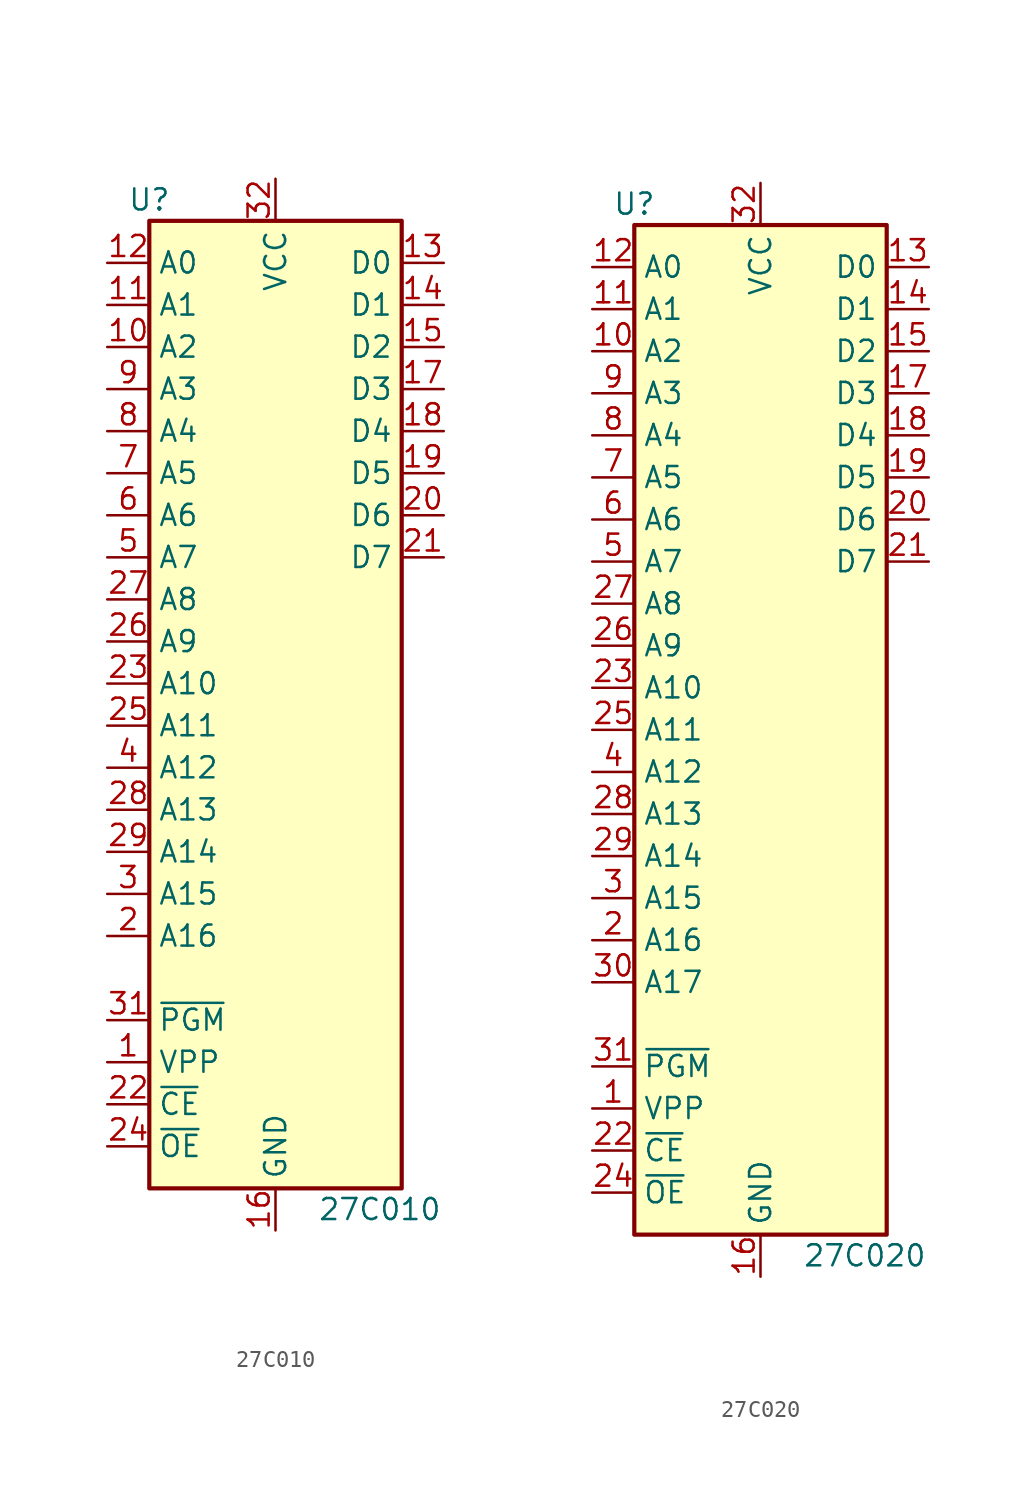
<source format=kicad_sym>
(kicad_symbol_lib
  (version 20241209)
  (generator "kicad_symbol_editor")
  (generator_version "9.0")
  (symbol "27C010"
    (property "Reference" "U"
      (at -7.62 29.21 0)
      (effects (font (size 1.27 1.27))))
    (property "Value" "27C010"
      (at 2.54 -31.75 0)
      (effects (font (size 1.27 1.27)) (justify left)))
    (symbol "27C010_1_1"
      (rectangle (start -7.62 27.94) (end 7.62 -30.48) (stroke (width 0.254) (type default)) (fill (type background)))
      (pin input line (at -10.16 25.4 0) (length 2.54) (name "A0" (effects (font (size 1.27 1.27)))) (number "12" (effects (font (size 1.27 1.27)))))
      (pin input line (at -10.16 22.86 0) (length 2.54) (name "A1" (effects (font (size 1.27 1.27)))) (number "11" (effects (font (size 1.27 1.27)))))
      (pin input line (at -10.16 20.32 0) (length 2.54) (name "A2" (effects (font (size 1.27 1.27)))) (number "10" (effects (font (size 1.27 1.27)))))
      (pin input line (at -10.16 17.78 0) (length 2.54) (name "A3" (effects (font (size 1.27 1.27)))) (number "9" (effects (font (size 1.27 1.27)))))
      (pin input line (at -10.16 15.24 0) (length 2.54) (name "A4" (effects (font (size 1.27 1.27)))) (number "8" (effects (font (size 1.27 1.27)))))
      (pin input line (at -10.16 12.7 0) (length 2.54) (name "A5" (effects (font (size 1.27 1.27)))) (number "7" (effects (font (size 1.27 1.27)))))
      (pin input line (at -10.16 10.16 0) (length 2.54) (name "A6" (effects (font (size 1.27 1.27)))) (number "6" (effects (font (size 1.27 1.27)))))
      (pin input line (at -10.16 7.62 0) (length 2.54) (name "A7" (effects (font (size 1.27 1.27)))) (number "5" (effects (font (size 1.27 1.27)))))
      (pin input line (at -10.16 5.08 0) (length 2.54) (name "A8" (effects (font (size 1.27 1.27)))) (number "27" (effects (font (size 1.27 1.27)))))
      (pin input line (at -10.16 2.54 0) (length 2.54) (name "A9" (effects (font (size 1.27 1.27)))) (number "26" (effects (font (size 1.27 1.27)))))
      (pin input line (at -10.16 0 0) (length 2.54) (name "A10" (effects (font (size 1.27 1.27)))) (number "23" (effects (font (size 1.27 1.27)))))
      (pin input line (at -10.16 -2.54 0) (length 2.54) (name "A11" (effects (font (size 1.27 1.27)))) (number "25" (effects (font (size 1.27 1.27)))))
      (pin input line (at -10.16 -5.08 0) (length 2.54) (name "A12" (effects (font (size 1.27 1.27)))) (number "4" (effects (font (size 1.27 1.27)))))
      (pin input line (at -10.16 -7.62 0) (length 2.54) (name "A13" (effects (font (size 1.27 1.27)))) (number "28" (effects (font (size 1.27 1.27)))))
      (pin input line (at -10.16 -10.16 0) (length 2.54) (name "A14" (effects (font (size 1.27 1.27)))) (number "29" (effects (font (size 1.27 1.27)))))
      (pin input line (at -10.16 -12.7 0) (length 2.54) (name "A15" (effects (font (size 1.27 1.27)))) (number "3" (effects (font (size 1.27 1.27)))))
      (pin input line (at -10.16 -15.24 0) (length 2.54) (name "A16" (effects (font (size 1.27 1.27)))) (number "2" (effects (font (size 1.27 1.27)))))
      (pin input line (at -10.16 -20.32 0) (length 2.54) (name "~{PGM}" (effects (font (size 1.27 1.27)))) (number "31" (effects (font (size 1.27 1.27)))))
      (pin input line (at -10.16 -22.86 0) (length 2.54) (name "VPP" (effects (font (size 1.27 1.27)))) (number "1" (effects (font (size 1.27 1.27)))))
      (pin input line (at -10.16 -25.4 0) (length 2.54) (name "~{CE}" (effects (font (size 1.27 1.27)))) (number "22" (effects (font (size 1.27 1.27)))))
      (pin input line (at -10.16 -27.94 0) (length 2.54) (name "~{OE}" (effects (font (size 1.27 1.27)))) (number "24" (effects (font (size 1.27 1.27)))))
      (pin power_in line (at 0 30.48 270) (length 2.54) (name "VCC" (effects (font (size 1.27 1.27)))) (number "32" (effects (font (size 1.27 1.27)))))
      (pin power_in line (at 0 -33.02 90) (length 2.54) (name "GND" (effects (font (size 1.27 1.27)))) (number "16" (effects (font (size 1.27 1.27)))))
      (pin tri_state line (at 10.16 25.4 180) (length 2.54) (name "D0" (effects (font (size 1.27 1.27)))) (number "13" (effects (font (size 1.27 1.27)))))
      (pin tri_state line (at 10.16 22.86 180) (length 2.54) (name "D1" (effects (font (size 1.27 1.27)))) (number "14" (effects (font (size 1.27 1.27)))))
      (pin tri_state line (at 10.16 20.32 180) (length 2.54) (name "D2" (effects (font (size 1.27 1.27)))) (number "15" (effects (font (size 1.27 1.27)))))
      (pin tri_state line (at 10.16 17.78 180) (length 2.54) (name "D3" (effects (font (size 1.27 1.27)))) (number "17" (effects (font (size 1.27 1.27)))))
      (pin tri_state line (at 10.16 15.24 180) (length 2.54) (name "D4" (effects (font (size 1.27 1.27)))) (number "18" (effects (font (size 1.27 1.27)))))
      (pin tri_state line (at 10.16 12.7 180) (length 2.54) (name "D5" (effects (font (size 1.27 1.27)))) (number "19" (effects (font (size 1.27 1.27)))))
      (pin tri_state line (at 10.16 10.16 180) (length 2.54) (name "D6" (effects (font (size 1.27 1.27)))) (number "20" (effects (font (size 1.27 1.27)))))
      (pin tri_state line (at 10.16 7.62 180) (length 2.54) (name "D7" (effects (font (size 1.27 1.27)))) (number "21" (effects (font (size 1.27 1.27)))))))
  (symbol "27C020"
    (property "Reference" "U"
      (at -7.62 31.75 0)
      (effects (font (size 1.27 1.27))))
    (property "Value" "27C020"
      (at 2.54 -31.75 0)
      (effects (font (size 1.27 1.27)) (justify left)))
    (symbol "27C020_1_1"
      (rectangle (start -7.62 30.48) (end 7.62 -30.48) (stroke (width 0.254) (type default)) (fill (type background)))
      (pin input line (at -10.16 27.94 0) (length 2.54) (name "A0" (effects (font (size 1.27 1.27)))) (number "12" (effects (font (size 1.27 1.27)))))
      (pin input line (at -10.16 25.4 0) (length 2.54) (name "A1" (effects (font (size 1.27 1.27)))) (number "11" (effects (font (size 1.27 1.27)))))
      (pin input line (at -10.16 22.86 0) (length 2.54) (name "A2" (effects (font (size 1.27 1.27)))) (number "10" (effects (font (size 1.27 1.27)))))
      (pin input line (at -10.16 20.32 0) (length 2.54) (name "A3" (effects (font (size 1.27 1.27)))) (number "9" (effects (font (size 1.27 1.27)))))
      (pin input line (at -10.16 17.78 0) (length 2.54) (name "A4" (effects (font (size 1.27 1.27)))) (number "8" (effects (font (size 1.27 1.27)))))
      (pin input line (at -10.16 15.24 0) (length 2.54) (name "A5" (effects (font (size 1.27 1.27)))) (number "7" (effects (font (size 1.27 1.27)))))
      (pin input line (at -10.16 12.7 0) (length 2.54) (name "A6" (effects (font (size 1.27 1.27)))) (number "6" (effects (font (size 1.27 1.27)))))
      (pin input line (at -10.16 10.16 0) (length 2.54) (name "A7" (effects (font (size 1.27 1.27)))) (number "5" (effects (font (size 1.27 1.27)))))
      (pin input line (at -10.16 7.62 0) (length 2.54) (name "A8" (effects (font (size 1.27 1.27)))) (number "27" (effects (font (size 1.27 1.27)))))
      (pin input line (at -10.16 5.08 0) (length 2.54) (name "A9" (effects (font (size 1.27 1.27)))) (number "26" (effects (font (size 1.27 1.27)))))
      (pin input line (at -10.16 2.54 0) (length 2.54) (name "A10" (effects (font (size 1.27 1.27)))) (number "23" (effects (font (size 1.27 1.27)))))
      (pin input line (at -10.16 0 0) (length 2.54) (name "A11" (effects (font (size 1.27 1.27)))) (number "25" (effects (font (size 1.27 1.27)))))
      (pin input line (at -10.16 -2.54 0) (length 2.54) (name "A12" (effects (font (size 1.27 1.27)))) (number "4" (effects (font (size 1.27 1.27)))))
      (pin input line (at -10.16 -5.08 0) (length 2.54) (name "A13" (effects (font (size 1.27 1.27)))) (number "28" (effects (font (size 1.27 1.27)))))
      (pin input line (at -10.16 -7.62 0) (length 2.54) (name "A14" (effects (font (size 1.27 1.27)))) (number "29" (effects (font (size 1.27 1.27)))))
      (pin input line (at -10.16 -10.16 0) (length 2.54) (name "A15" (effects (font (size 1.27 1.27)))) (number "3" (effects (font (size 1.27 1.27)))))
      (pin input line (at -10.16 -12.7 0) (length 2.54) (name "A16" (effects (font (size 1.27 1.27)))) (number "2" (effects (font (size 1.27 1.27)))))
      (pin input line (at -10.16 -15.24 0) (length 2.54) (name "A17" (effects (font (size 1.27 1.27)))) (number "30" (effects (font (size 1.27 1.27)))))
      (pin input line (at -10.16 -20.32 0) (length 2.54) (name "~{PGM}" (effects (font (size 1.27 1.27)))) (number "31" (effects (font (size 1.27 1.27)))))
      (pin input line (at -10.16 -22.86 0) (length 2.54) (name "VPP" (effects (font (size 1.27 1.27)))) (number "1" (effects (font (size 1.27 1.27)))))
      (pin input line (at -10.16 -25.4 0) (length 2.54) (name "~{CE}" (effects (font (size 1.27 1.27)))) (number "22" (effects (font (size 1.27 1.27)))))
      (pin input line (at -10.16 -27.94 0) (length 2.54) (name "~{OE}" (effects (font (size 1.27 1.27)))) (number "24" (effects (font (size 1.27 1.27)))))
      (pin power_in line (at 0 33.02 270) (length 2.54) (name "VCC" (effects (font (size 1.27 1.27)))) (number "32" (effects (font (size 1.27 1.27)))))
      (pin power_in line (at 0 -33.02 90) (length 2.54) (name "GND" (effects (font (size 1.27 1.27)))) (number "16" (effects (font (size 1.27 1.27)))))
      (pin tri_state line (at 10.16 27.94 180) (length 2.54) (name "D0" (effects (font (size 1.27 1.27)))) (number "13" (effects (font (size 1.27 1.27)))))
      (pin tri_state line (at 10.16 25.4 180) (length 2.54) (name "D1" (effects (font (size 1.27 1.27)))) (number "14" (effects (font (size 1.27 1.27)))))
      (pin tri_state line (at 10.16 22.86 180) (length 2.54) (name "D2" (effects (font (size 1.27 1.27)))) (number "15" (effects (font (size 1.27 1.27)))))
      (pin tri_state line (at 10.16 20.32 180) (length 2.54) (name "D3" (effects (font (size 1.27 1.27)))) (number "17" (effects (font (size 1.27 1.27)))))
      (pin tri_state line (at 10.16 17.78 180) (length 2.54) (name "D4" (effects (font (size 1.27 1.27)))) (number "18" (effects (font (size 1.27 1.27)))))
      (pin tri_state line (at 10.16 15.24 180) (length 2.54) (name "D5" (effects (font (size 1.27 1.27)))) (number "19" (effects (font (size 1.27 1.27)))))
      (pin tri_state line (at 10.16 12.7 180) (length 2.54) (name "D6" (effects (font (size 1.27 1.27)))) (number "20" (effects (font (size 1.27 1.27)))))
      (pin tri_state line (at 10.16 10.16 180) (length 2.54) (name "D7" (effects (font (size 1.27 1.27)))) (number "21" (effects (font (size 1.27 1.27))))))))
</source>
